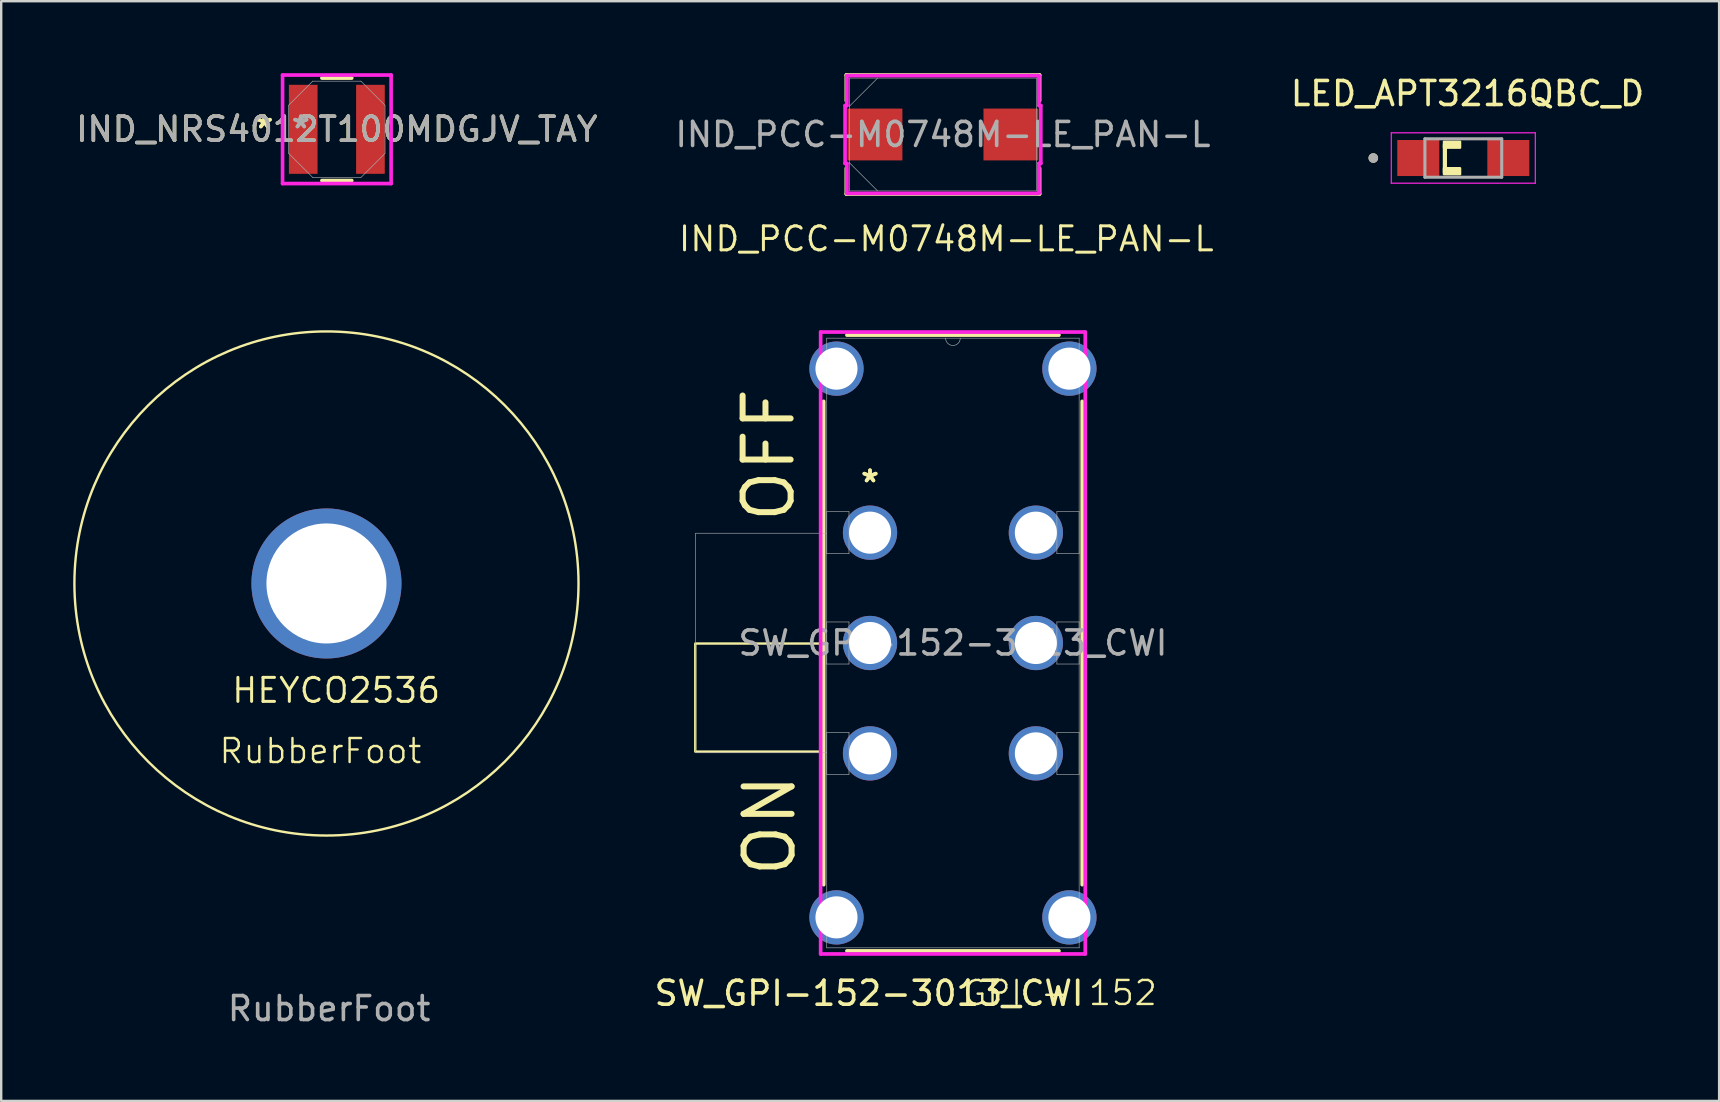
<source format=kicad_pcb>
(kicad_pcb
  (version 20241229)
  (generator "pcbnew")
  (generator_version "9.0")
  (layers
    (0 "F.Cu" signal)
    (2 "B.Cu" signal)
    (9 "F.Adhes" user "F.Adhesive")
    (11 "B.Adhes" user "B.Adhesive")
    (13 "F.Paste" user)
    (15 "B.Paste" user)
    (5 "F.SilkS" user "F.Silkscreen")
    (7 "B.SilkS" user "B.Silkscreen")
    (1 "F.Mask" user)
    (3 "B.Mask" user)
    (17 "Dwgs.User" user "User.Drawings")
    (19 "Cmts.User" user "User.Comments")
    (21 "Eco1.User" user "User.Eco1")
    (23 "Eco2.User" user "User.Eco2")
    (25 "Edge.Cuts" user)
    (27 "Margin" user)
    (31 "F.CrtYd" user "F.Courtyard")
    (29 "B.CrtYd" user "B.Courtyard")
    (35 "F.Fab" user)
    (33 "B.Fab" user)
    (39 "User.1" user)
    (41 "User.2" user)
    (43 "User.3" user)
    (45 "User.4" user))
  (footprint "SW_GPI-152-3013_CWI"
    (layer "F.Cu")
    (at 33.194 19.14)
    (property "Reference" "SW_GPI-152-3013_CWI" (at -0.04 19.19 0) (unlocked yes) (layer "F.SilkS") (effects (font (size 1 1) (thickness 0.15))))
    (attr through_hole)
    (fp_line (start -1.93 -5.47) (end -1.93 14.665) (stroke (width 0.152) (type solid)) (layer "F.SilkS"))
    (fp_line (start -0.962 17.424) (end 7.871 17.424) (stroke (width 0.152) (type solid)) (layer "F.SilkS"))
    (fp_line (start 7.871 -8.23) (end -0.962 -8.23) (stroke (width 0.152) (type solid)) (layer "F.SilkS"))
    (fp_line (start 8.839 14.665) (end 8.839 -5.47) (stroke (width 0.152) (type solid)) (layer "F.SilkS"))
    (fp_rect (start -7.28 4.62) (end -2.05 9.12) (stroke (width 0.1) (type default)) (fill no) (layer "F.SilkS"))
    (fp_line (start -2.057 -8.357) (end -2.057 17.551) (stroke (width 0.152) (type solid)) (layer "F.CrtYd"))
    (fp_line (start -2.057 17.551) (end 8.966 17.551) (stroke (width 0.152) (type solid)) (layer "F.CrtYd"))
    (fp_line (start 8.966 -8.357) (end -2.057 -8.357) (stroke (width 0.152) (type solid)) (layer "F.CrtYd"))
    (fp_line (start 8.966 17.551) (end 8.966 -8.357) (stroke (width 0.152) (type solid)) (layer "F.CrtYd"))
    (fp_line (start -7.264 9.169) (end -7.264 0.025) (stroke (width 0.025) (type solid)) (layer "F.Fab"))
    (fp_line (start -1.803 -8.103) (end -1.803 17.297) (stroke (width 0.025) (type solid)) (layer "F.Fab"))
    (fp_line (start -1.803 -0.876) (end -0.876 -0.876) (stroke (width 0.025) (type solid)) (layer "F.Fab"))
    (fp_line (start -1.803 0.025) (end -7.264 0.025) (stroke (width 0.025) (type solid)) (layer "F.Fab"))
    (fp_line (start -1.803 0.876) (end -1.803 -0.876) (stroke (width 0.025) (type solid)) (layer "F.Fab"))
    (fp_line (start -1.803 3.721) (end -0.876 3.721) (stroke (width 0.025) (type solid)) (layer "F.Fab"))
    (fp_line (start -1.803 5.474) (end -1.803 3.721) (stroke (width 0.025) (type solid)) (layer "F.Fab"))
    (fp_line (start -1.803 8.319) (end -0.876 8.319) (stroke (width 0.025) (type solid)) (layer "F.Fab"))
    (fp_line (start -1.803 9.169) (end -7.264 9.169) (stroke (width 0.025) (type solid)) (layer "F.Fab"))
    (fp_line (start -1.803 10.071) (end -1.803 8.319) (stroke (width 0.025) (type solid)) (layer "F.Fab"))
    (fp_line (start -1.803 17.297) (end 8.712 17.297) (stroke (width 0.025) (type solid)) (layer "F.Fab"))
    (fp_line (start -0.876 -0.876) (end -0.876 0.876) (stroke (width 0.025) (type solid)) (layer "F.Fab"))
    (fp_line (start -0.876 0.876) (end -1.803 0.876) (stroke (width 0.025) (type solid)) (layer "F.Fab"))
    (fp_line (start -0.876 3.721) (end -0.876 5.474) (stroke (width 0.025) (type solid)) (layer "F.Fab"))
    (fp_line (start -0.876 5.474) (end -1.803 5.474) (stroke (width 0.025) (type solid)) (layer "F.Fab"))
    (fp_line (start -0.876 8.319) (end -0.876 10.071) (stroke (width 0.025) (type solid)) (layer "F.Fab"))
    (fp_line (start -0.876 10.071) (end -1.803 10.071) (stroke (width 0.025) (type solid)) (layer "F.Fab"))
    (fp_line (start 7.785 -0.876) (end 8.712 -0.876) (stroke (width 0.025) (type solid)) (layer "F.Fab"))
    (fp_line (start 7.785 0.876) (end 7.785 -0.876) (stroke (width 0.025) (type solid)) (layer "F.Fab"))
    (fp_line (start 7.785 3.721) (end 8.712 3.721) (stroke (width 0.025) (type solid)) (layer "F.Fab"))
    (fp_line (start 7.785 5.474) (end 7.785 3.721) (stroke (width 0.025) (type solid)) (layer "F.Fab"))
    (fp_line (start 7.785 8.319) (end 8.712 8.319) (stroke (width 0.025) (type solid)) (layer "F.Fab"))
    (fp_line (start 7.785 10.071) (end 7.785 8.319) (stroke (width 0.025) (type solid)) (layer "F.Fab"))
    (fp_line (start 8.712 -8.103) (end -1.803 -8.103) (stroke (width 0.025) (type solid)) (layer "F.Fab"))
    (fp_line (start 8.712 -0.876) (end 8.712 0.876) (stroke (width 0.025) (type solid)) (layer "F.Fab"))
    (fp_line (start 8.712 0.876) (end 7.785 0.876) (stroke (width 0.025) (type solid)) (layer "F.Fab"))
    (fp_line (start 8.712 3.721) (end 8.712 5.474) (stroke (width 0.025) (type solid)) (layer "F.Fab"))
    (fp_line (start 8.712 5.474) (end 7.785 5.474) (stroke (width 0.025) (type solid)) (layer "F.Fab"))
    (fp_line (start 8.712 8.319) (end 8.712 10.071) (stroke (width 0.025) (type solid)) (layer "F.Fab"))
    (fp_line (start 8.712 10.071) (end 7.785 10.071) (stroke (width 0.025) (type solid)) (layer "F.Fab"))
    (fp_line (start 8.712 17.297) (end 8.712 -8.103) (stroke (width 0.025) (type solid)) (layer "F.Fab"))
    (fp_arc (start 3.7592 -8.1026) (mid 3.4544 -7.7978) (end 3.1496 -8.1026) (stroke (width 0.0254) (type solid)) (layer "F.Fab"))
    (fp_text user "*" (at 0 -2.057 0) (layer "F.SilkS") (effects (font (size 1 1) (thickness 0.15))))
    (fp_text user "OFF" (at -3.05 -0.31 90) (unlocked yes) (layer "F.SilkS") (effects (font (size 2 2) (thickness 0.25)) (justify left bottom)))
    (fp_text user "*" (at 0 -2.057 0) (unlocked yes) (layer "F.SilkS") (effects (font (size 1 1) (thickness 0.15))))
    (fp_text user "GPI - 152" (at 3.8 19.76 0) (unlocked yes) (layer "F.SilkS") (effects (font (size 1 1) (thickness 0.1)) (justify left bottom)))
    (fp_text user "ON" (at -3.01 14.45 90) (unlocked yes) (layer "F.SilkS") (effects (font (size 2 2) (thickness 0.25)) (justify left bottom)))
    (fp_text user "*" (at -0.254 0 0) (unlocked yes) (layer "F.Fab") (effects (font (size 1 1) (thickness 0.15))))
    (fp_text user "${REFERENCE}" (at 3.454 4.597 0) (unlocked yes) (layer "F.Fab") (effects (font (size 1 1) (thickness 0.15))))
    (fp_text user "*" (at -0.254 0 0) (layer "F.Fab") (effects (font (size 1 1) (thickness 0.15))))
    (pad "1" thru_hole circle (at 0 0) (size 2.261 2.261) (drill 1.753) (layers "*.Cu" "*.Mask"))
    (pad "2" thru_hole circle (at 0 4.597) (size 2.261 2.261) (drill 1.753) (layers "*.Cu" "*.Mask"))
    (pad "3" thru_hole circle (at 0 9.195) (size 2.261 2.261) (drill 1.753) (layers "*.Cu" "*.Mask"))
    (pad "4" thru_hole circle (at 6.909 9.195) (size 2.261 2.261) (drill 1.753) (layers "*.Cu" "*.Mask"))
    (pad "5" thru_hole circle (at 6.909 4.597) (size 2.261 2.261) (drill 1.753) (layers "*.Cu" "*.Mask"))
    (pad "6" thru_hole circle (at 6.909 0) (size 2.261 2.261) (drill 1.753) (layers "*.Cu" "*.Mask"))
    (pad "7" thru_hole circle (at -1.397 -6.833) (size 2.261 2.261) (drill 1.753) (layers "*.Cu" "*.Mask"))
    (pad "8" thru_hole circle (at 8.306 -6.833) (size 2.261 2.261) (drill 1.753) (layers "*.Cu" "*.Mask"))
    (pad "9" thru_hole circle (at -1.397 16.027) (size 2.261 2.261) (drill 1.753) (layers "*.Cu" "*.Mask"))
    (pad "10" thru_hole circle (at 8.306 16.027) (size 2.261 2.261) (drill 1.753) (layers "*.Cu" "*.Mask")))
  (footprint "IND_NRS4012T100MDGJV_TAY"
    (layer "F.Cu")
    (at 10.982 2.337)
    (property "Reference" "IND_NRS4012T100MDGJV_TAY" (at 0 0 0) (unlocked yes) (layer "F.SilkS") (effects (font (size 1 1) (thickness 0.15))))
    (attr smd)
    (fp_line (start -0.622 2.134) (end 0.622 2.134) (stroke (width 0.152) (type solid)) (layer "F.SilkS"))
    (fp_line (start 0.622 -2.134) (end -0.622 -2.134) (stroke (width 0.152) (type solid)) (layer "F.SilkS"))
    (fp_line (start -2.261 -2.261) (end 2.261 -2.261) (stroke (width 0.152) (type solid)) (layer "F.CrtYd"))
    (fp_line (start -2.261 2.261) (end -2.261 -2.261) (stroke (width 0.152) (type solid)) (layer "F.CrtYd"))
    (fp_line (start 2.261 -2.261) (end 2.261 2.261) (stroke (width 0.152) (type solid)) (layer "F.CrtYd"))
    (fp_line (start 2.261 2.261) (end -2.261 2.261) (stroke (width 0.152) (type solid)) (layer "F.CrtYd"))
    (fp_line (start -2.007 -1.003) (end -2.007 1.003) (stroke (width 0.025) (type solid)) (layer "F.Fab"))
    (fp_line (start -2.007 1.003) (end -1.003 2.007) (stroke (width 0.025) (type solid)) (layer "F.Fab"))
    (fp_line (start -1.003 -2.007) (end -2.007 -1.003) (stroke (width 0.025) (type solid)) (layer "F.Fab"))
    (fp_line (start -1.003 2.007) (end 1.003 2.007) (stroke (width 0.025) (type solid)) (layer "F.Fab"))
    (fp_line (start 1.003 -2.007) (end -1.003 -2.007) (stroke (width 0.025) (type solid)) (layer "F.Fab"))
    (fp_line (start 1.003 2.007) (end 2.007 1.003) (stroke (width 0.025) (type solid)) (layer "F.Fab"))
    (fp_line (start 2.007 -1.003) (end 1.003 -2.007) (stroke (width 0.025) (type solid)) (layer "F.Fab"))
    (fp_line (start 2.007 1.003) (end 2.007 -1.003) (stroke (width 0.025) (type solid)) (layer "F.Fab"))
    (fp_text user "*" (at -3.023 0 0) (layer "F.SilkS") (effects (font (size 1 1) (thickness 0.15))))
    (fp_text user "*" (at -3.023 0 0) (unlocked yes) (layer "F.SilkS") (effects (font (size 1 1) (thickness 0.15))))
    (fp_text user "*" (at -1.499 0 0) (layer "F.Fab") (effects (font (size 1 1) (thickness 0.15))))
    (fp_text user "${REFERENCE}" (at 0 0 0) (unlocked yes) (layer "F.Fab") (effects (font (size 1 1) (thickness 0.15))))
    (fp_text user "*" (at -1.499 0 0) (unlocked yes) (layer "F.Fab") (effects (font (size 1 1) (thickness 0.15))))
    (pad "1" smd rect (at -1.4 0) (size 1.194 3.708) (layers "F.Cu" "F.Mask" "F.Paste"))
    (pad "2" smd rect (at 1.4 0) (size 1.194 3.708) (layers "F.Cu" "F.Mask" "F.Paste")))
  (footprint "RubberFoot"
    (layer "F.Cu")
    (at 10.55 21.257)
    (property "Reference" "RubberFoot" (at -0.25 6.98 0) (unlocked yes) (layer "F.SilkS") (effects (font (size 1 1) (thickness 0.1))))
    (attr through_hole)
    (fp_circle (center 0 0) (end 10.5 0) (stroke (width 0.1) (type solid)) (fill no) (layer "F.SilkS"))
    (fp_text user "HEYCO2536" (at -4.01 5.04 0) (unlocked yes) (layer "F.SilkS") (effects (font (size 1 1) (thickness 0.125)) (justify left bottom)))
    (fp_text user "${REFERENCE}" (at 0.11 17.71 0) (unlocked yes) (layer "F.Fab") (effects (font (size 1 1) (thickness 0.15))))
    (pad "1" thru_hole circle (at 0 0) (size 6.25 6.25) (drill 5) (layers "*.Cu" "*.Mask")))
  (footprint "IND_PCC-M0748M-LE_PAN-L"
    (layer "F.Cu")
    (at 36.232 2.553)
    (property "Reference" "IND_PCC-M0748M-LE_PAN-L" (at 0.14 4.35 0) (unlocked yes) (layer "F.SilkS") (effects (font (size 1 1) (thickness 0.125))))
    (attr smd)
    (fp_line (start -4.026 -2.477) (end -4.026 -1.408) (stroke (width 0.152) (type solid)) (layer "F.SilkS"))
    (fp_line (start -4.026 1.408) (end -4.026 2.477) (stroke (width 0.152) (type solid)) (layer "F.SilkS"))
    (fp_line (start -4.026 2.477) (end 4.026 2.477) (stroke (width 0.152) (type solid)) (layer "F.SilkS"))
    (fp_line (start 4.026 -2.477) (end -4.026 -2.477) (stroke (width 0.152) (type solid)) (layer "F.SilkS"))
    (fp_line (start 4.026 -1.408) (end 4.026 -2.477) (stroke (width 0.152) (type solid)) (layer "F.SilkS"))
    (fp_line (start 4.026 2.477) (end 4.026 1.408) (stroke (width 0.152) (type solid)) (layer "F.SilkS"))
    (fp_line (start -4.077 -1.206) (end -4 -1.206) (stroke (width 0.152) (type solid)) (layer "F.CrtYd"))
    (fp_line (start -4.077 1.206) (end -4.077 -1.206) (stroke (width 0.152) (type solid)) (layer "F.CrtYd"))
    (fp_line (start -4 -2.451) (end 4 -2.451) (stroke (width 0.152) (type solid)) (layer "F.CrtYd"))
    (fp_line (start -4 -1.206) (end -4 -2.451) (stroke (width 0.152) (type solid)) (layer "F.CrtYd"))
    (fp_line (start -4 1.206) (end -4.077 1.206) (stroke (width 0.152) (type solid)) (layer "F.CrtYd"))
    (fp_line (start -4 1.206) (end -4 2.451) (stroke (width 0.152) (type solid)) (layer "F.CrtYd"))
    (fp_line (start -4 2.451) (end 4 2.451) (stroke (width 0.152) (type solid)) (layer "F.CrtYd"))
    (fp_line (start 4 -2.451) (end 4 -1.206) (stroke (width 0.152) (type solid)) (layer "F.CrtYd"))
    (fp_line (start 4 -1.206) (end 4.077 -1.206) (stroke (width 0.152) (type solid)) (layer "F.CrtYd"))
    (fp_line (start 4 1.206) (end 4.077 1.206) (stroke (width 0.152) (type solid)) (layer "F.CrtYd"))
    (fp_line (start 4 2.451) (end 4 1.206) (stroke (width 0.152) (type solid)) (layer "F.CrtYd"))
    (fp_line (start 4.077 -1.206) (end 4.077 1.206) (stroke (width 0.152) (type solid)) (layer "F.CrtYd"))
    (fp_line (start -3.899 -2.349) (end -3.899 2.349) (stroke (width 0.025) (type solid)) (layer "F.Fab"))
    (fp_line (start -3.899 -1.175) (end -2.724 -2.349) (stroke (width 0.025) (type solid)) (layer "F.Fab"))
    (fp_line (start -3.899 1.175) (end -2.724 2.349) (stroke (width 0.025) (type solid)) (layer "F.Fab"))
    (fp_line (start -3.899 2.349) (end 3.899 2.349) (stroke (width 0.025) (type solid)) (layer "F.Fab"))
    (fp_line (start 3.899 -2.349) (end -3.899 -2.349) (stroke (width 0.025) (type solid)) (layer "F.Fab"))
    (fp_line (start 3.899 2.349) (end 3.899 -2.349) (stroke (width 0.025) (type solid)) (layer "F.Fab"))
    (fp_text user "${REFERENCE}" (at 0 0 0) (unlocked yes) (layer "F.Fab") (effects (font (size 1 1) (thickness 0.15))))
    (pad "1" smd rect (at -2.832 0 90) (size 2.159 2.286) (layers "F.Cu" "F.Mask" "F.Paste"))
    (pad "2" smd rect (at 2.832 0 90) (size 2.159 2.286) (layers "F.Cu" "F.Mask" "F.Paste")))
  (footprint "LED_APT3216QBC_D"
    (layer "F.Cu")
    (at 57.91 3.533)
    (property "Reference" "LED_APT3216QBC_D" (at 0.175 -2.685 0) (layer "F.SilkS") (effects (font (size 1 1) (thickness 0.15))))
    (attr smd)
    (fp_rect (start -0.73 -0.557) (end -0.805 0.618) (stroke (width 0.1) (type default)) (fill no) (layer "F.SilkS"))
    (fp_rect (start -0.135 -0.68) (end -0.805 -0.43) (stroke (width 0.1) (type solid)) (fill yes) (layer "F.SilkS"))
    (fp_rect (start -0.135 0.425) (end -0.805 0.675) (stroke (width 0.1) (type solid)) (fill yes) (layer "F.SilkS"))
    (fp_circle (center -3.75 0) (end -3.65 0) (stroke (width 0.2) (type solid)) (fill no) (layer "F.SilkS"))
    (fp_line (start -3 -1.05) (end -3 1.05) (stroke (width 0.05) (type solid)) (layer "F.CrtYd"))
    (fp_line (start -3 1.05) (end 3 1.05) (stroke (width 0.05) (type solid)) (layer "F.CrtYd"))
    (fp_line (start 3 -1.05) (end -3 -1.05) (stroke (width 0.05) (type solid)) (layer "F.CrtYd"))
    (fp_line (start 3 1.05) (end 3 -1.05) (stroke (width 0.05) (type solid)) (layer "F.CrtYd"))
    (fp_line (start -1.6 -0.8) (end 1.6 -0.8) (stroke (width 0.127) (type solid)) (layer "F.Fab"))
    (fp_line (start -1.6 0.8) (end -1.6 -0.8) (stroke (width 0.127) (type solid)) (layer "F.Fab"))
    (fp_line (start 1.6 -0.8) (end 1.6 0.8) (stroke (width 0.127) (type solid)) (layer "F.Fab"))
    (fp_line (start 1.6 0.8) (end -1.6 0.8) (stroke (width 0.127) (type solid)) (layer "F.Fab"))
    (fp_circle (center -3.75 0) (end -3.65 0) (stroke (width 0.2) (type solid)) (fill no) (layer "F.Fab"))
    (pad "1" smd rect (at -1.875 0) (size 1.75 1.5) (layers "F.Cu" "F.Mask" "F.Paste"))
    (pad "2" smd rect (at 1.875 0) (size 1.75 1.5) (layers "F.Cu" "F.Mask" "F.Paste")))
  (gr_rect
    (start -3 -3)
    (end 68.567 42.815)
    (stroke (width 0.1) (type default))
    (fill no)
    (layer "Edge.Cuts")))
</source>
